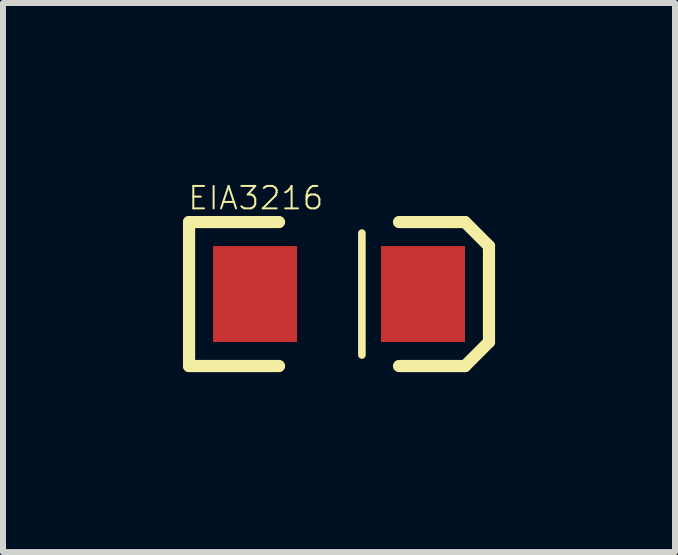
<source format=kicad_pcb>
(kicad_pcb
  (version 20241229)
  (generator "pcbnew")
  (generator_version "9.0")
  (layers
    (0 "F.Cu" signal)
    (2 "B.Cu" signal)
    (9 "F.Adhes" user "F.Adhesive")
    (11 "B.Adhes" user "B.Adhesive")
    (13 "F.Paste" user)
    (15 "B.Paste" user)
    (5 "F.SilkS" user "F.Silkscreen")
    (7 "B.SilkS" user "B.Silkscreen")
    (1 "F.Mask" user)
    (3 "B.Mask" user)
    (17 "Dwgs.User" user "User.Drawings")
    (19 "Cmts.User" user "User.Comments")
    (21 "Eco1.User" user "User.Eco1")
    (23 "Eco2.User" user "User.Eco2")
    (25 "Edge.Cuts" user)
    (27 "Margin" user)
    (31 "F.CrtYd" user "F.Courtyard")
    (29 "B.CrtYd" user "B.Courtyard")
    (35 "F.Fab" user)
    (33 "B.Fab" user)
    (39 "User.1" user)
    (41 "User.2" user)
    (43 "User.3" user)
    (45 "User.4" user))
  (footprint "EIA3216"
    (layer "F.Cu")
    (at 2.602 1.852)
    (property "Reference" "EIA3216" (at -2.54 -1.381 0) (layer "F.SilkS") (effects (font (size 0.374 0.374) (thickness 0.033)) (justify left bottom)))
    (fp_line (start -2.5 -1.2) (end -1 -1.2) (stroke (width 0.203) (type solid)) (layer "F.SilkS"))
    (fp_line (start -2.5 1.2) (end -2.5 -1.2) (stroke (width 0.203) (type solid)) (layer "F.SilkS"))
    (fp_line (start -1 1.2) (end -2.5 1.2) (stroke (width 0.203) (type solid)) (layer "F.SilkS"))
    (fp_line (start 0.381 -1.016) (end 0.381 1.016) (stroke (width 0.127) (type solid)) (layer "F.SilkS"))
    (fp_line (start 1 1.2) (end 2.1 1.2) (stroke (width 0.203) (type solid)) (layer "F.SilkS"))
    (fp_line (start 2.1 -1.2) (end 1 -1.2) (stroke (width 0.203) (type solid)) (layer "F.SilkS"))
    (fp_line (start 2.1 1.2) (end 2.5 0.8) (stroke (width 0.203) (type solid)) (layer "F.SilkS"))
    (fp_line (start 2.5 -0.8) (end 2.1 -1.2) (stroke (width 0.203) (type solid)) (layer "F.SilkS"))
    (fp_line (start 2.5 0.8) (end 2.5 -0.8) (stroke (width 0.203) (type solid)) (layer "F.SilkS"))
    (pad "A" smd rect (at 1.4 0 90) (size 1.6 1.4) (layers "F.Cu" "F.Mask" "F.Paste"))
    (pad "C" smd rect (at -1.4 0 90) (size 1.6 1.4) (layers "F.Cu" "F.Mask" "F.Paste")))
  (gr_rect
    (start -3 -3)
    (end 8.203 6.154)
    (stroke (width 0.1) (type default))
    (fill no)
    (layer "Edge.Cuts")))
</source>
